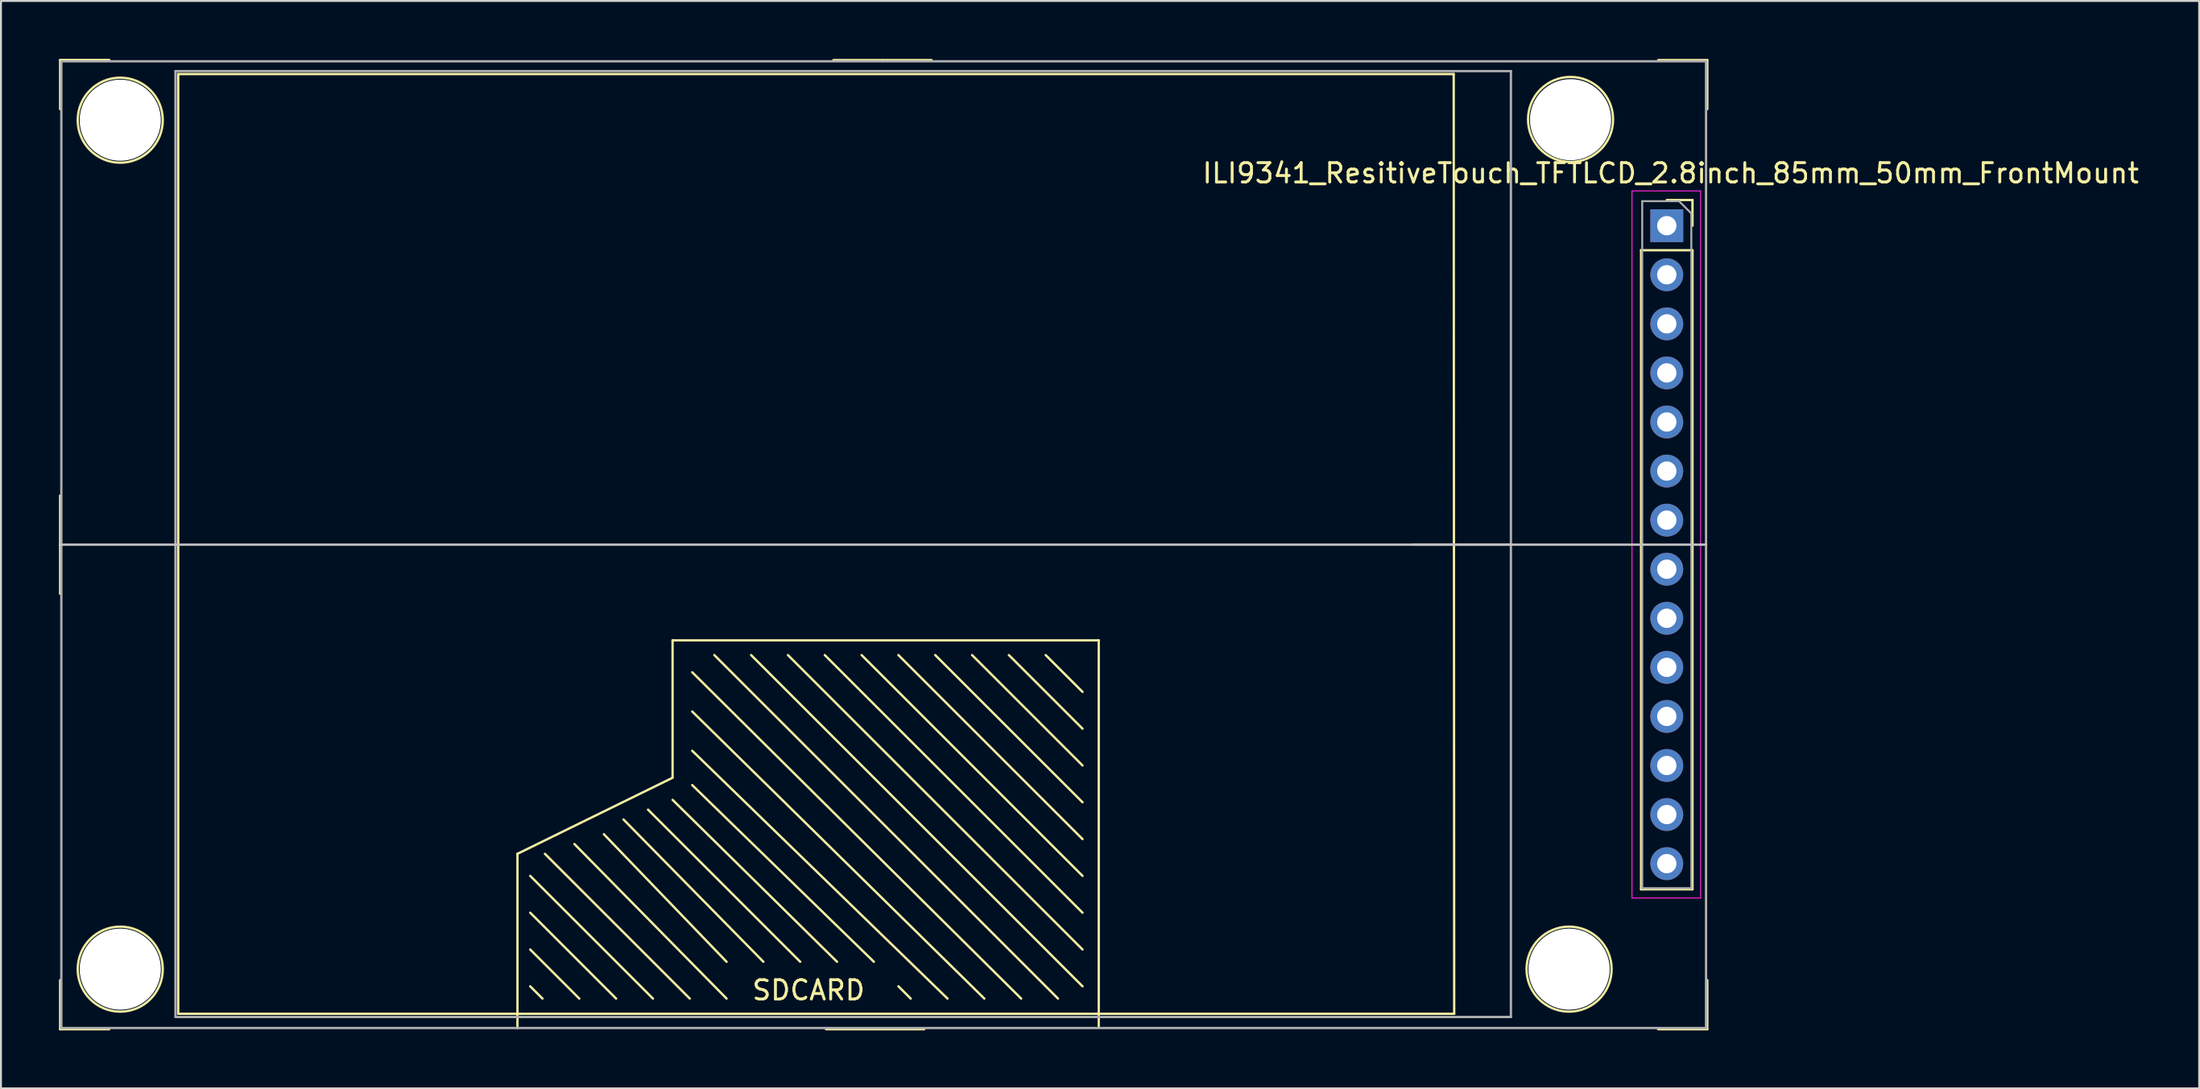
<source format=kicad_pcb>
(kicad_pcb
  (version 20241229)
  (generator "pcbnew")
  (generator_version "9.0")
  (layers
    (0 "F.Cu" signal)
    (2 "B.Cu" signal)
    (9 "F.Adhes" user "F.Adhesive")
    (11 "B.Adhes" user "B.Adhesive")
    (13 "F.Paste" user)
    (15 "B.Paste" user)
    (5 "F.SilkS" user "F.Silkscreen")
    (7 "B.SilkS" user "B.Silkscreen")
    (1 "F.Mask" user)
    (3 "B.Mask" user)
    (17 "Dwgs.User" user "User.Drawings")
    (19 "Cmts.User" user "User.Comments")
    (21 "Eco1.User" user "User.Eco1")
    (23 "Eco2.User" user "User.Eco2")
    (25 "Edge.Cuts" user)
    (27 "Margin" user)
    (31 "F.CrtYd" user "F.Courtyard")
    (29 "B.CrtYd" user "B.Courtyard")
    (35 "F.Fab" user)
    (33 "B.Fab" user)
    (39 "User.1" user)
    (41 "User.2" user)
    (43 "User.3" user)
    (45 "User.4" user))
  (footprint "ILI9341_ResitiveTouch_TFTLCD_2.8inch_85mm_50mm_FrontMount"
    (layer "F.Cu")
    (at 83.156 25.142)
    (property "Reference" "ILI9341_ResitiveTouch_TFTLCD_2.8inch_85mm_50mm_FrontMount" (at 0.229 -19.228 0) (layer "F.SilkS") (effects (font (size 1 1) (thickness 0.15))))
    (attr through_hole)
    (fp_line (start -83.096 -25.082) (end -83.096 -22.543) (stroke (width 0.12) (type solid)) (layer "F.SilkS"))
    (fp_line (start -83.096 -25.082) (end -80.556 -25.082) (stroke (width 0.12) (type solid)) (layer "F.SilkS"))
    (fp_line (start -83.096 0) (end -83.096 -2.54) (stroke (width 0.12) (type solid)) (layer "F.SilkS"))
    (fp_line (start -83.096 0) (end -83.096 2.54) (stroke (width 0.12) (type solid)) (layer "F.SilkS"))
    (fp_line (start -83.096 25.082) (end -83.096 22.543) (stroke (width 0.12) (type solid)) (layer "F.SilkS"))
    (fp_line (start -83.096 25.082) (end -80.556 25.082) (stroke (width 0.12) (type solid)) (layer "F.SilkS"))
    (fp_line (start -80.556 -25.082) (end -83.096 -25.082) (stroke (width 0.12) (type solid)) (layer "F.SilkS"))
    (fp_line (start -76.987 -24.359) (end -76.987 24.282) (stroke (width 0.12) (type solid)) (layer "F.SilkS"))
    (fp_line (start -76.987 24.282) (end -10.973 24.282) (stroke (width 0.12) (type solid)) (layer "F.SilkS"))
    (fp_line (start -59.436 16.002) (end -59.436 25.019) (stroke (width 0.12) (type solid)) (layer "F.SilkS"))
    (fp_line (start -58.141 23.495) (end -58.776 22.86) (stroke (width 0.12) (type solid)) (layer "F.SilkS"))
    (fp_line (start -56.236 23.495) (end -58.776 20.955) (stroke (width 0.12) (type solid)) (layer "F.SilkS"))
    (fp_line (start -54.331 23.495) (end -58.776 19.05) (stroke (width 0.12) (type solid)) (layer "F.SilkS"))
    (fp_line (start -53.95 14.224) (end -46.711 21.59) (stroke (width 0.12) (type solid)) (layer "F.SilkS"))
    (fp_line (start -52.68 13.716) (end -44.806 21.59) (stroke (width 0.12) (type solid)) (layer "F.SilkS"))
    (fp_line (start -52.426 23.495) (end -58.776 17.145) (stroke (width 0.12) (type solid)) (layer "F.SilkS"))
    (fp_line (start -51.41 4.953) (end -51.41 12.04) (stroke (width 0.12) (type solid)) (layer "F.SilkS"))
    (fp_line (start -51.41 12.065) (end -59.436 16.002) (stroke (width 0.12) (type solid)) (layer "F.SilkS"))
    (fp_line (start -51.41 13.208) (end -42.901 21.59) (stroke (width 0.12) (type solid)) (layer "F.SilkS"))
    (fp_line (start -50.521 23.495) (end -58.014 16.002) (stroke (width 0.12) (type solid)) (layer "F.SilkS"))
    (fp_line (start -50.394 6.604) (end -33.376 23.495) (stroke (width 0.12) (type solid)) (layer "F.SilkS"))
    (fp_line (start -50.394 8.636) (end -35.281 23.495) (stroke (width 0.12) (type solid)) (layer "F.SilkS"))
    (fp_line (start -50.394 10.668) (end -37.186 23.495) (stroke (width 0.12) (type solid)) (layer "F.SilkS"))
    (fp_line (start -50.394 12.446) (end -40.996 21.59) (stroke (width 0.12) (type solid)) (layer "F.SilkS"))
    (fp_line (start -49.251 5.715) (end -31.471 23.495) (stroke (width 0.12) (type solid)) (layer "F.SilkS"))
    (fp_line (start -48.616 21.59) (end -54.966 14.986) (stroke (width 0.12) (type solid)) (layer "F.SilkS"))
    (fp_line (start -48.616 23.495) (end -56.49 15.494) (stroke (width 0.12) (type solid)) (layer "F.SilkS"))
    (fp_line (start -47.346 5.715) (end -30.201 22.86) (stroke (width 0.12) (type solid)) (layer "F.SilkS"))
    (fp_line (start -45.441 5.715) (end -30.201 20.955) (stroke (width 0.12) (type solid)) (layer "F.SilkS"))
    (fp_line (start -43.536 5.715) (end -30.201 19.05) (stroke (width 0.12) (type solid)) (layer "F.SilkS"))
    (fp_line (start -41.631 5.715) (end -30.201 17.145) (stroke (width 0.12) (type solid)) (layer "F.SilkS"))
    (fp_line (start -40.932 25.082) (end -43.472 25.082) (stroke (width 0.12) (type solid)) (layer "F.SilkS"))
    (fp_line (start -40.932 25.082) (end -38.392 25.082) (stroke (width 0.12) (type solid)) (layer "F.SilkS"))
    (fp_line (start -40.551 -25.082) (end -43.091 -25.082) (stroke (width 0.12) (type solid)) (layer "F.SilkS"))
    (fp_line (start -39.726 5.715) (end -30.201 15.24) (stroke (width 0.12) (type solid)) (layer "F.SilkS"))
    (fp_line (start -39.091 23.495) (end -39.726 22.86) (stroke (width 0.12) (type solid)) (layer "F.SilkS"))
    (fp_line (start -38.011 -25.082) (end -40.551 -25.082) (stroke (width 0.12) (type solid)) (layer "F.SilkS"))
    (fp_line (start -37.821 5.715) (end -30.201 13.335) (stroke (width 0.12) (type solid)) (layer "F.SilkS"))
    (fp_line (start -35.916 5.715) (end -30.201 11.43) (stroke (width 0.12) (type solid)) (layer "F.SilkS"))
    (fp_line (start -34.011 5.715) (end -30.201 9.525) (stroke (width 0.12) (type solid)) (layer "F.SilkS"))
    (fp_line (start -32.106 5.715) (end -30.201 7.62) (stroke (width 0.12) (type solid)) (layer "F.SilkS"))
    (fp_line (start -29.362 4.953) (end -51.41 4.953) (stroke (width 0.12) (type solid)) (layer "F.SilkS"))
    (fp_line (start -29.362 24.968) (end -29.362 4.953) (stroke (width 0.12) (type solid)) (layer "F.SilkS"))
    (fp_line (start -10.998 -24.359) (end -76.987 -24.359) (stroke (width 0.12) (type solid)) (layer "F.SilkS"))
    (fp_line (start -10.998 -24.359) (end -10.973 24.282) (stroke (width 0.12) (type solid)) (layer "F.SilkS"))
    (fp_line (start -1.305 -15.24) (end -1.305 17.84) (stroke (width 0.12) (type solid)) (layer "F.SilkS"))
    (fp_line (start -1.305 -15.24) (end 1.355 -15.24) (stroke (width 0.12) (type solid)) (layer "F.SilkS"))
    (fp_line (start -1.305 17.84) (end 1.355 17.84) (stroke (width 0.12) (type solid)) (layer "F.SilkS"))
    (fp_line (start 0.025 -17.84) (end 1.355 -17.84) (stroke (width 0.12) (type solid)) (layer "F.SilkS"))
    (fp_line (start 1.355 -17.84) (end 1.355 -16.51) (stroke (width 0.12) (type solid)) (layer "F.SilkS"))
    (fp_line (start 1.355 -15.24) (end 1.355 17.84) (stroke (width 0.12) (type solid)) (layer "F.SilkS"))
    (fp_line (start 2.121 -25.082) (end -0.419 -25.082) (stroke (width 0.12) (type solid)) (layer "F.SilkS"))
    (fp_line (start 2.121 -25.082) (end 2.121 -22.543) (stroke (width 0.12) (type solid)) (layer "F.SilkS"))
    (fp_line (start 2.121 25.082) (end -0.419 25.082) (stroke (width 0.12) (type solid)) (layer "F.SilkS"))
    (fp_line (start 2.121 25.082) (end 2.121 22.543) (stroke (width 0.12) (type solid)) (layer "F.SilkS"))
    (fp_circle (center -79.985 -21.971) (end -77.785 -21.971) (stroke (width 0.12) (type solid)) (fill no) (layer "F.SilkS"))
    (fp_circle (center -79.985 21.971) (end -77.785 21.971) (stroke (width 0.12) (type solid)) (fill no) (layer "F.SilkS"))
    (fp_circle (center -5.029 21.971) (end -2.829 21.971) (stroke (width 0.12) (type solid)) (fill no) (layer "F.SilkS"))
    (fp_circle (center -4.953 -22.009) (end -2.753 -22.009) (stroke (width 0.12) (type solid)) (fill no) (layer "F.SilkS"))
    (fp_line (start 2.057 0) (end -83.033 0) (stroke (width 0.12) (type solid)) (layer "Dwgs.User"))
    (fp_line (start -1.775 -18.31) (end 1.775 -18.31) (stroke (width 0.05) (type solid)) (layer "F.CrtYd"))
    (fp_line (start -1.775 18.29) (end -1.775 -18.31) (stroke (width 0.05) (type solid)) (layer "F.CrtYd"))
    (fp_line (start 1.775 -18.31) (end 1.775 18.29) (stroke (width 0.05) (type solid)) (layer "F.CrtYd"))
    (fp_line (start 1.775 18.29) (end -1.775 18.29) (stroke (width 0.05) (type solid)) (layer "F.CrtYd"))
    (fp_line (start -83.033 -25.019) (end 2.057 -25.019) (stroke (width 0.12) (type solid)) (layer "F.Fab"))
    (fp_line (start -83.033 25.019) (end -83.033 -25.019) (stroke (width 0.12) (type solid)) (layer "F.Fab"))
    (fp_line (start -77.127 -24.511) (end -8.039 -24.511) (stroke (width 0.12) (type solid)) (layer "F.Fab"))
    (fp_line (start -77.127 24.448) (end -77.127 -24.511) (stroke (width 0.12) (type solid)) (layer "F.Fab"))
    (fp_line (start -8.039 -24.511) (end -8.039 24.448) (stroke (width 0.12) (type solid)) (layer "F.Fab"))
    (fp_line (start -8.039 0) (end -13.119 0) (stroke (width 0.12) (type solid)) (layer "F.Fab"))
    (fp_line (start -8.039 24.448) (end -77.127 24.448) (stroke (width 0.12) (type solid)) (layer "F.Fab"))
    (fp_line (start -1.245 -17.78) (end 0.66 -17.78) (stroke (width 0.1) (type solid)) (layer "F.Fab"))
    (fp_line (start -1.245 17.78) (end -1.245 -17.78) (stroke (width 0.1) (type solid)) (layer "F.Fab"))
    (fp_line (start 0.66 -17.78) (end 1.295 -17.145) (stroke (width 0.1) (type solid)) (layer "F.Fab"))
    (fp_line (start 1.295 -17.145) (end 1.295 17.78) (stroke (width 0.1) (type solid)) (layer "F.Fab"))
    (fp_line (start 1.295 17.78) (end -1.245 17.78) (stroke (width 0.1) (type solid)) (layer "F.Fab"))
    (fp_line (start 2.057 -25.019) (end 2.057 25.019) (stroke (width 0.12) (type solid)) (layer "F.Fab"))
    (fp_line (start 2.057 25.019) (end -83.033 25.019) (stroke (width 0.12) (type solid)) (layer "F.Fab"))
    (fp_text user "SDCARD" (at -44.374 23.063 0) (layer "F.SilkS") (effects (font (size 1 1) (thickness 0.15))))
    (pad "" np_thru_hole circle (at -79.985 -21.971) (size 4.2 4.2) (drill 4.2) (layers "*.Cu" "*.Mask"))
    (pad "" np_thru_hole circle (at -79.985 21.971) (size 4.2 4.2) (drill 4.2) (layers "*.Cu" "*.Mask"))
    (pad "" np_thru_hole circle (at -5.029 21.971) (size 4.2 4.2) (drill 4.2) (layers "*.Cu" "*.Mask"))
    (pad "" np_thru_hole circle (at -4.953 -21.996) (size 4.2 4.2) (drill 4.2) (layers "*.Cu" "*.Mask"))
    (pad "1" thru_hole oval (at 0.025 16.51) (size 1.7 1.7) (drill 1) (layers "*.Cu" "*.Mask"))
    (pad "2" thru_hole oval (at 0.025 13.97) (size 1.7 1.7) (drill 1) (layers "*.Cu" "*.Mask"))
    (pad "3" thru_hole oval (at 0.025 11.43) (size 1.7 1.7) (drill 1) (layers "*.Cu" "*.Mask"))
    (pad "4" thru_hole oval (at 0.025 8.89) (size 1.7 1.7) (drill 1) (layers "*.Cu" "*.Mask"))
    (pad "5" thru_hole oval (at 0.025 6.35) (size 1.7 1.7) (drill 1) (layers "*.Cu" "*.Mask"))
    (pad "6" thru_hole oval (at 0.025 3.81) (size 1.7 1.7) (drill 1) (layers "*.Cu" "*.Mask"))
    (pad "7" thru_hole oval (at 0.025 1.27) (size 1.7 1.7) (drill 1) (layers "*.Cu" "*.Mask"))
    (pad "8" thru_hole oval (at 0.025 -1.27) (size 1.7 1.7) (drill 1) (layers "*.Cu" "*.Mask"))
    (pad "9" thru_hole oval (at 0.025 -3.81) (size 1.7 1.7) (drill 1) (layers "*.Cu" "*.Mask"))
    (pad "10" thru_hole oval (at 0.025 -6.35) (size 1.7 1.7) (drill 1) (layers "*.Cu" "*.Mask"))
    (pad "11" thru_hole oval (at 0.025 -8.89) (size 1.7 1.7) (drill 1) (layers "*.Cu" "*.Mask"))
    (pad "12" thru_hole oval (at 0.025 -11.43) (size 1.7 1.7) (drill 1) (layers "*.Cu" "*.Mask"))
    (pad "13" thru_hole oval (at 0.025 -13.97) (size 1.7 1.7) (drill 1) (layers "*.Cu" "*.Mask"))
    (pad "14" thru_hole rect (at 0.025 -16.51) (size 1.7 1.7) (drill 1) (layers "*.Cu" "*.Mask")))
  (gr_rect
    (start -3 -3)
    (end 110.724 53.285)
    (stroke (width 0.1) (type default))
    (fill no)
    (layer "Edge.Cuts")))
</source>
